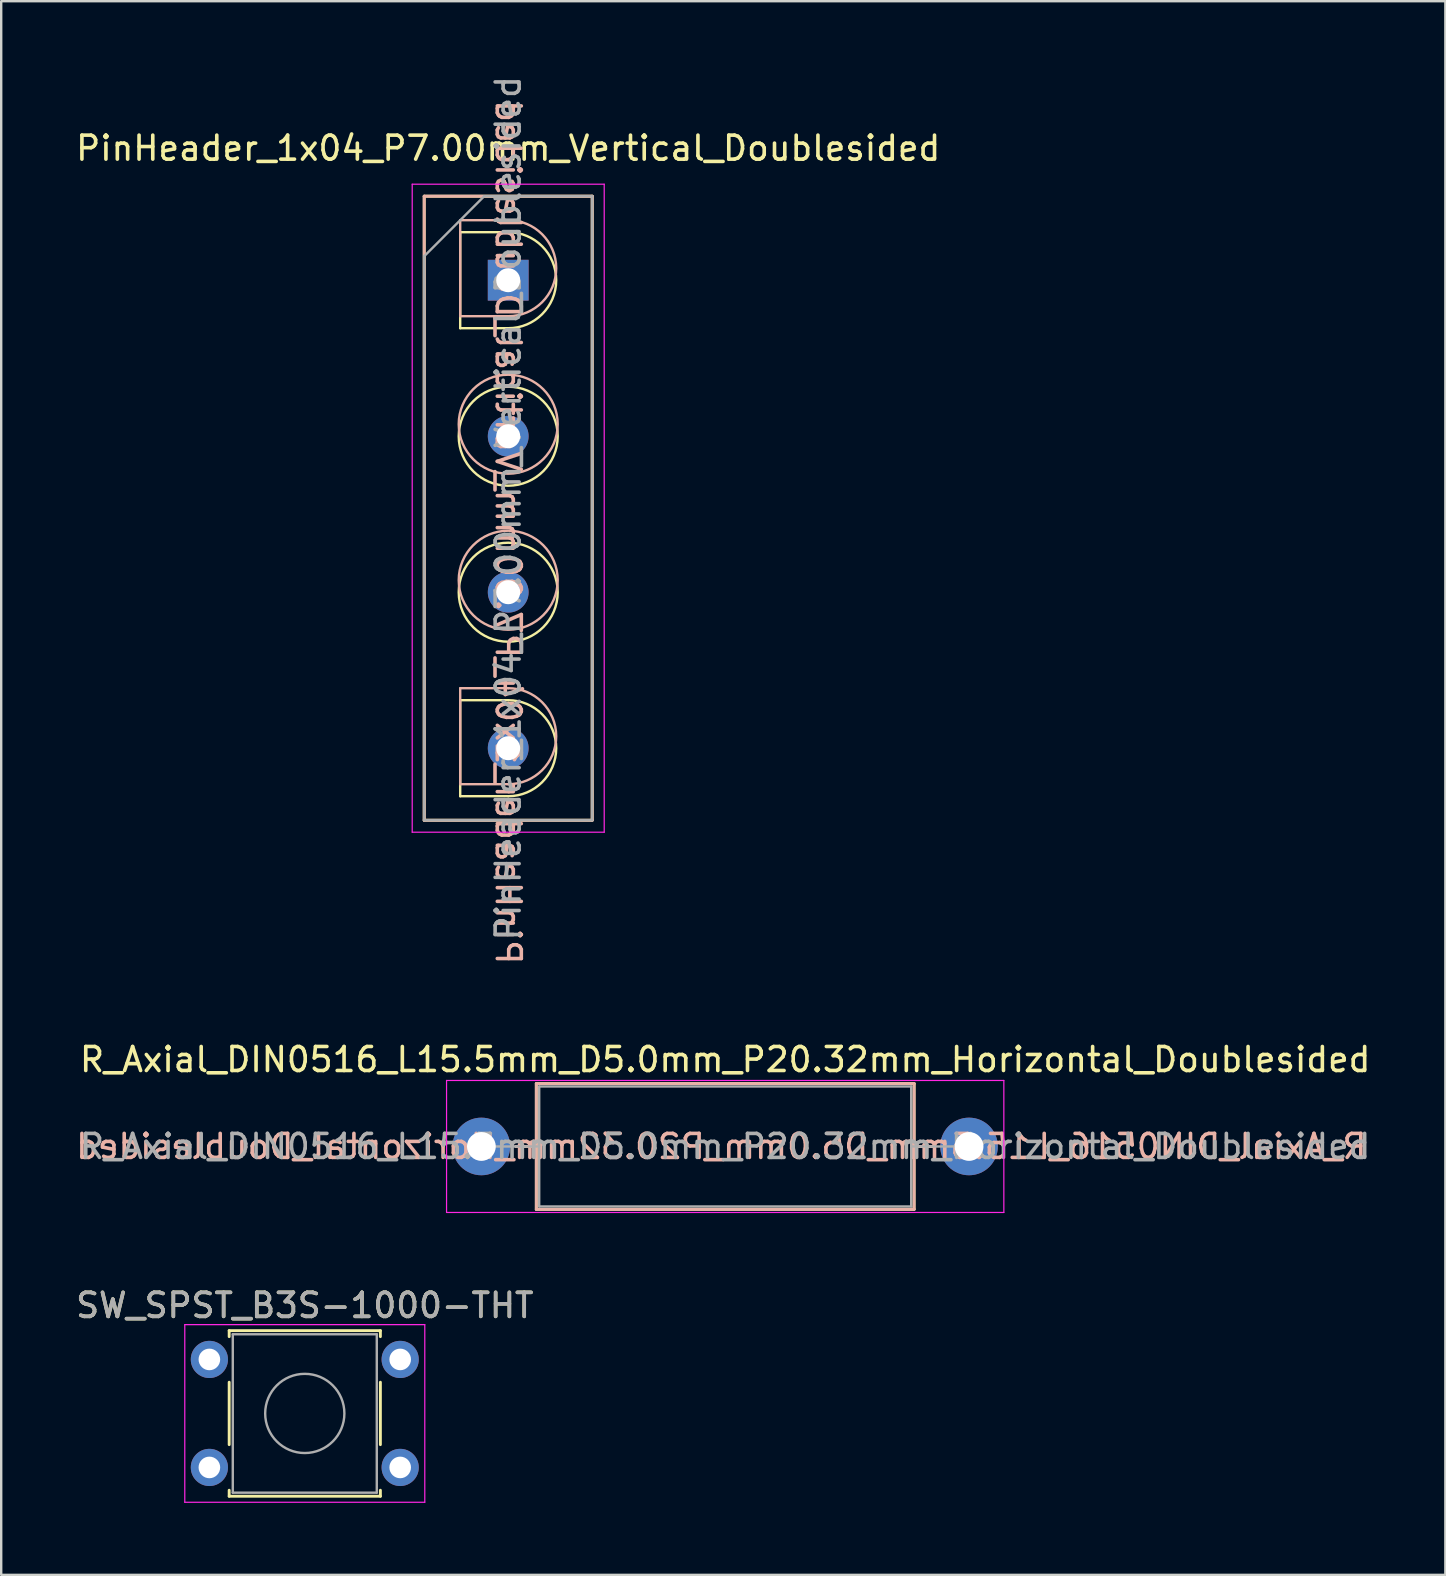
<source format=kicad_pcb>
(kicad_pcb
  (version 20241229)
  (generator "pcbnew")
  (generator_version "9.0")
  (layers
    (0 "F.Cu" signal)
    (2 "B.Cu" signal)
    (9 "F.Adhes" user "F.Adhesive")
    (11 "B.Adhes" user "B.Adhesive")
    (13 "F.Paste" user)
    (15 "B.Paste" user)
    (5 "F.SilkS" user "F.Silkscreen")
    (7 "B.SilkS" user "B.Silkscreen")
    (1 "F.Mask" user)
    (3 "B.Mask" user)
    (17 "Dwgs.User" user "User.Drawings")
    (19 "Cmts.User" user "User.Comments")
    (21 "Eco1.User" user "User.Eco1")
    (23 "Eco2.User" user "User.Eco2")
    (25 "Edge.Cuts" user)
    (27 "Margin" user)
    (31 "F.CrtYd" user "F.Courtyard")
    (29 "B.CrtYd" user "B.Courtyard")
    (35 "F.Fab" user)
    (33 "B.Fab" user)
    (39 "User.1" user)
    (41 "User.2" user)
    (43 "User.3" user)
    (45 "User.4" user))
  (footprint "R_Axial_DIN0516_L15.5mm_D5.0mm_P20.32mm_Horizontal_Doublesided"
    (layer "F.Cu")
    (at 17.006 44.718)
    (property "Reference" "R_Axial_DIN0516_L15.5mm_D5.0mm_P20.32mm_Horizontal_Doublesided" (at 10.16 -3.62 0) (layer "F.SilkS") (effects (font (size 1 1) (thickness 0.15))))
    (attr through_hole)
    (fp_line (start 1.44 0) (end 2.29 0) (stroke (width 0.12) (type solid)) (layer "F.SilkS"))
    (fp_line (start 2.29 -2.62) (end 2.29 2.62) (stroke (width 0.12) (type solid)) (layer "F.SilkS"))
    (fp_line (start 2.29 2.62) (end 18.03 2.62) (stroke (width 0.12) (type solid)) (layer "F.SilkS"))
    (fp_line (start 18.03 -2.62) (end 2.29 -2.62) (stroke (width 0.12) (type solid)) (layer "F.SilkS"))
    (fp_line (start 18.03 2.62) (end 18.03 -2.62) (stroke (width 0.12) (type solid)) (layer "F.SilkS"))
    (fp_line (start 18.88 0) (end 18.03 0) (stroke (width 0.12) (type solid)) (layer "F.SilkS"))
    (fp_line (start 1.44 0) (end 2.29 0) (stroke (width 0.12) (type solid)) (layer "B.SilkS"))
    (fp_line (start 2.29 -2.62) (end 18.03 -2.62) (stroke (width 0.12) (type solid)) (layer "B.SilkS"))
    (fp_line (start 2.29 2.62) (end 2.29 -2.62) (stroke (width 0.12) (type solid)) (layer "B.SilkS"))
    (fp_line (start 18.03 -2.62) (end 18.03 2.62) (stroke (width 0.12) (type solid)) (layer "B.SilkS"))
    (fp_line (start 18.03 2.62) (end 2.29 2.62) (stroke (width 0.12) (type solid)) (layer "B.SilkS"))
    (fp_line (start 18.88 0) (end 18.03 0) (stroke (width 0.12) (type solid)) (layer "B.SilkS"))
    (fp_line (start -1.45 -2.75) (end -1.45 2.75) (stroke (width 0.05) (type solid)) (layer "F.CrtYd"))
    (fp_line (start -1.45 2.75) (end 21.77 2.75) (stroke (width 0.05) (type solid)) (layer "F.CrtYd"))
    (fp_line (start 21.77 -2.75) (end -1.45 -2.75) (stroke (width 0.05) (type solid)) (layer "F.CrtYd"))
    (fp_line (start 21.77 2.75) (end 21.77 -2.75) (stroke (width 0.05) (type solid)) (layer "F.CrtYd"))
    (fp_line (start 0 0) (end 2.41 0) (stroke (width 0.1) (type solid)) (layer "F.Fab"))
    (fp_line (start 2.41 -2.5) (end 2.41 2.5) (stroke (width 0.1) (type solid)) (layer "F.Fab"))
    (fp_line (start 2.41 2.5) (end 17.91 2.5) (stroke (width 0.1) (type solid)) (layer "F.Fab"))
    (fp_line (start 17.91 -2.5) (end 2.41 -2.5) (stroke (width 0.1) (type solid)) (layer "F.Fab"))
    (fp_line (start 17.91 2.5) (end 17.91 -2.5) (stroke (width 0.1) (type solid)) (layer "F.Fab"))
    (fp_line (start 20.32 0) (end 17.91 0) (stroke (width 0.1) (type solid)) (layer "F.Fab"))
    (fp_text user "${REFERENCE}" (at 10 0 0) (unlocked yes) (layer "B.SilkS") (effects (font (size 1 1) (thickness 0.15)) (justify mirror)))
    (fp_text user "${REFERENCE}" (at 10.16 0 0) (layer "F.Fab") (effects (font (size 1 1) (thickness 0.15))))
    (pad "1" thru_hole circle (at 0 0) (size 2.4 2.4) (drill 1.2) (layers "*.Cu" "*.Mask"))
    (pad "2" thru_hole oval (at 20.32 0) (size 2.4 2.4) (drill 1.2) (layers "*.Cu" "*.Mask")))
  (footprint "SW_SPST_B3S-1000-THT"
    (layer "F.Cu")
    (at 9.649 55.842)
    (property "Reference" "SW_SPST_B3S-1000-THT" (at 0 -4.5 0) (layer "F.SilkS") (effects (font (size 1 1) (thickness 0.15))))
    (attr smd)
    (fp_line (start -3.15 -3.45) (end 3.15 -3.45) (stroke (width 0.12) (type solid)) (layer "F.SilkS"))
    (fp_line (start -3.15 -3.2) (end -3.15 -3.45) (stroke (width 0.12) (type solid)) (layer "F.SilkS"))
    (fp_line (start -3.15 1.3) (end -3.15 -1.3) (stroke (width 0.12) (type solid)) (layer "F.SilkS"))
    (fp_line (start -3.15 3.45) (end -3.15 3.2) (stroke (width 0.12) (type solid)) (layer "F.SilkS"))
    (fp_line (start 3.15 -3.45) (end 3.15 -3.2) (stroke (width 0.12) (type solid)) (layer "F.SilkS"))
    (fp_line (start 3.15 -1.3) (end 3.15 1.3) (stroke (width 0.12) (type solid)) (layer "F.SilkS"))
    (fp_line (start 3.15 3.2) (end 3.15 3.45) (stroke (width 0.12) (type solid)) (layer "F.SilkS"))
    (fp_line (start 3.15 3.45) (end -3.15 3.45) (stroke (width 0.12) (type solid)) (layer "F.SilkS"))
    (fp_line (start -5 -3.7) (end -5 3.7) (stroke (width 0.05) (type solid)) (layer "F.CrtYd"))
    (fp_line (start -5 3.7) (end 5 3.7) (stroke (width 0.05) (type solid)) (layer "F.CrtYd"))
    (fp_line (start 5 -3.7) (end -5 -3.7) (stroke (width 0.05) (type solid)) (layer "F.CrtYd"))
    (fp_line (start 5 3.7) (end 5 -3.7) (stroke (width 0.05) (type solid)) (layer "F.CrtYd"))
    (fp_line (start -3 -3.3) (end 3 -3.3) (stroke (width 0.1) (type solid)) (layer "F.Fab"))
    (fp_line (start -3 3.3) (end -3 -3.3) (stroke (width 0.1) (type solid)) (layer "F.Fab"))
    (fp_line (start 3 -3.3) (end 3 3.3) (stroke (width 0.1) (type solid)) (layer "F.Fab"))
    (fp_line (start 3 3.3) (end -3 3.3) (stroke (width 0.1) (type solid)) (layer "F.Fab"))
    (fp_circle (center 0 0) (end 1.65 0) (stroke (width 0.1) (type solid)) (fill no) (layer "F.Fab"))
    (fp_text user "${REFERENCE}" (at 0 -4.5 0) (layer "F.Fab") (effects (font (size 1 1) (thickness 0.15))))
    (pad "1" thru_hole circle (at -3.975 -2.25) (size 1.55 1.55) (drill 0.9) (layers "*.Cu" "*.Mask"))
    (pad "1" thru_hole circle (at 3.975 -2.25) (size 1.55 1.55) (drill 0.9) (layers "*.Cu" "*.Mask"))
    (pad "2" thru_hole circle (at -3.975 2.25) (size 1.55 1.55) (drill 0.9) (layers "*.Cu" "*.Mask"))
    (pad "2" thru_hole circle (at 3.975 2.25) (size 1.55 1.55) (drill 0.9) (layers "*.Cu" "*.Mask")))
  (footprint "PinHeader_1x04_P7.00mm_Vertical_Doublesided"
    (layer "F.Cu")
    (at 18.125 8.625)
    (property "Reference" "PinHeader_1x04_P7.00mm_Vertical_Doublesided" (at 0 -5.5 0) (layer "F.SilkS") (effects (font (size 1 1) (thickness 0.15))))
    (attr through_hole)
    (fp_line (start -3.5 -3.5) (end -3.5 22.5) (stroke (width 0.12) (type solid)) (layer "F.SilkS"))
    (fp_line (start -3.5 -3.5) (end 3.5 -3.5) (stroke (width 0.12) (type solid)) (layer "F.SilkS"))
    (fp_line (start -3.5 22.5) (end 3.5 22.5) (stroke (width 0.12) (type solid)) (layer "F.SilkS"))
    (fp_line (start -2 -2) (end -2 2) (stroke (width 0.1) (type default)) (layer "F.SilkS"))
    (fp_line (start -2 2) (end 0 2) (stroke (width 0.1) (type default)) (layer "F.SilkS"))
    (fp_line (start -2 17.5) (end -2 21.5) (stroke (width 0.1) (type default)) (layer "F.SilkS"))
    (fp_line (start -2 21.5) (end 0 21.5) (stroke (width 0.1) (type default)) (layer "F.SilkS"))
    (fp_line (start 0 -2) (end -2 -2) (stroke (width 0.1) (type default)) (layer "F.SilkS"))
    (fp_line (start 0 17.5) (end -2 17.5) (stroke (width 0.1) (type default)) (layer "F.SilkS"))
    (fp_line (start 3.5 -3.5) (end 3.5 22.5) (stroke (width 0.12) (type solid)) (layer "F.SilkS"))
    (fp_arc (start 0 -2) (mid 2 0) (end 0 2) (stroke (width 0.1) (type default)) (layer "F.SilkS"))
    (fp_arc (start 0 17.5) (mid 2 19.5) (end 0 21.5) (stroke (width 0.1) (type solid)) (layer "F.SilkS"))
    (fp_circle (center 0 6.5) (end 2.062 6.5) (stroke (width 0.1) (type solid)) (fill no) (layer "F.SilkS"))
    (fp_circle (center 0 13) (end 2.062 13) (stroke (width 0.1) (type solid)) (fill no) (layer "F.SilkS"))
    (fp_line (start -3.5 -3.5) (end 3.5 -3.5) (stroke (width 0.12) (type solid)) (layer "B.SilkS"))
    (fp_line (start -3.5 22.5) (end -3.5 -3.5) (stroke (width 0.12) (type solid)) (layer "B.SilkS"))
    (fp_line (start -3.5 22.5) (end 3.5 22.5) (stroke (width 0.12) (type solid)) (layer "B.SilkS"))
    (fp_line (start -2 -2.5) (end 0 -2.5) (stroke (width 0.1) (type default)) (layer "B.SilkS"))
    (fp_line (start -2 1.5) (end -2 -2.5) (stroke (width 0.1) (type default)) (layer "B.SilkS"))
    (fp_line (start -2 17) (end 0 17) (stroke (width 0.1) (type default)) (layer "B.SilkS"))
    (fp_line (start -2 21) (end -2 17) (stroke (width 0.1) (type default)) (layer "B.SilkS"))
    (fp_line (start 0 1.5) (end -2 1.5) (stroke (width 0.1) (type default)) (layer "B.SilkS"))
    (fp_line (start 0 21) (end -2 21) (stroke (width 0.1) (type default)) (layer "B.SilkS"))
    (fp_line (start 3.5 22.5) (end 3.5 -3.5) (stroke (width 0.12) (type solid)) (layer "B.SilkS"))
    (fp_arc (start 0 -2.5) (mid 2 -0.5) (end 0 1.5) (stroke (width 0.1) (type solid)) (layer "B.SilkS"))
    (fp_arc (start 0 17) (mid 2 19) (end 0 21) (stroke (width 0.1) (type default)) (layer "B.SilkS"))
    (fp_circle (center 0 6) (end 2.062 6) (stroke (width 0.1) (type solid)) (fill no) (layer "B.SilkS"))
    (fp_circle (center 0 12.5) (end 2.062 12.5) (stroke (width 0.1) (type solid)) (fill no) (layer "B.SilkS"))
    (fp_line (start -4 -4) (end -4 23) (stroke (width 0.05) (type solid)) (layer "F.CrtYd"))
    (fp_line (start -4 23) (end 4 23) (stroke (width 0.05) (type solid)) (layer "F.CrtYd"))
    (fp_line (start 4 -4) (end -4 -4) (stroke (width 0.05) (type solid)) (layer "F.CrtYd"))
    (fp_line (start 4 23) (end 4 -4) (stroke (width 0.05) (type solid)) (layer "F.CrtYd"))
    (fp_line (start -3.5 -1) (end -1 -3.5) (stroke (width 0.1) (type solid)) (layer "F.Fab"))
    (fp_line (start -3.5 22.5) (end -3.5 -1) (stroke (width 0.1) (type solid)) (layer "F.Fab"))
    (fp_line (start -1 -3.5) (end 3.5 -3.5) (stroke (width 0.1) (type solid)) (layer "F.Fab"))
    (fp_line (start 3.5 -3.5) (end 3.5 22.5) (stroke (width 0.1) (type solid)) (layer "F.Fab"))
    (fp_line (start 3.5 22.5) (end -3.5 22.5) (stroke (width 0.1) (type solid)) (layer "F.Fab"))
    (fp_text user "${REFERENCE}" (at 0 10.5 270) (unlocked yes) (layer "B.SilkS") (effects (font (size 1 1) (thickness 0.15)) (justify mirror)))
    (fp_text user "${REFERENCE}" (at 0 9.5 90) (layer "F.Fab") (effects (font (size 1 1) (thickness 0.15))))
    (pad "1" thru_hole rect (at 0 0) (size 1.7 1.7) (drill 1) (layers "*.Cu" "*.Mask"))
    (pad "2" thru_hole oval (at 0 6.5) (size 1.7 1.7) (drill 1) (layers "*.Cu" "*.Mask"))
    (pad "3" thru_hole oval (at 0 13) (size 1.7 1.7) (drill 1) (layers "*.Cu" "*.Mask"))
    (pad "4" thru_hole oval (at 0 19.5) (size 1.7 1.7) (drill 1) (layers "*.Cu" "*.Mask")))
  (gr_rect
    (start -3 -3)
    (end 57.172 62.567)
    (stroke (width 0.1) (type default))
    (fill no)
    (layer "Edge.Cuts")))
</source>
